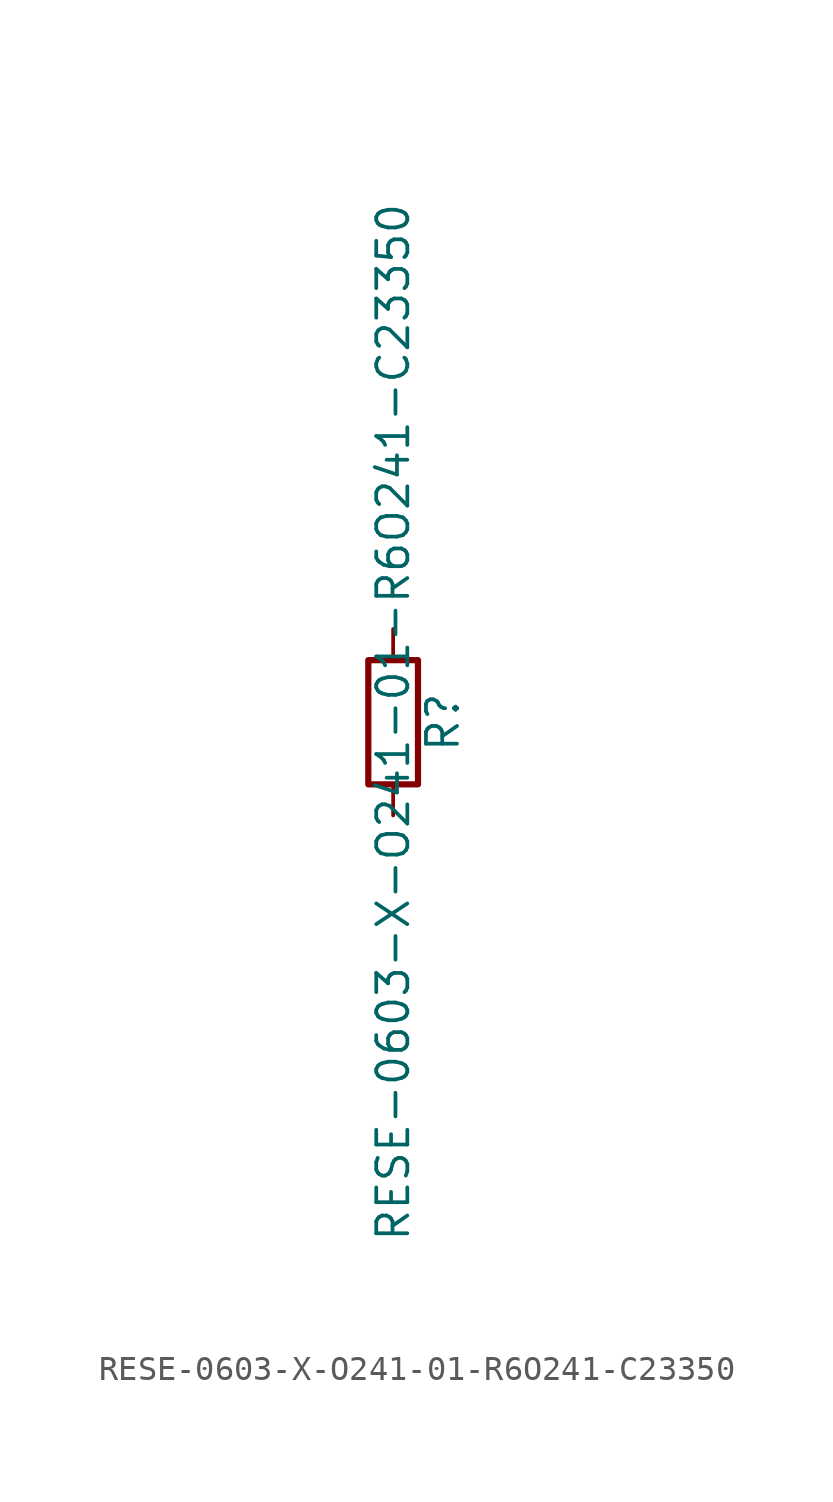
<source format=kicad_sym>
(kicad_symbol_lib
  (version 20211014)
  (generator kicad_symbol_editor)
  (symbol "RESE-0603-X-O241-01-R6O241-C23350"
    (pin_numbers hide)
    (pin_names
      (offset 0))
    (property "Reference" "R"
      (at 2.032 0 90)
      (effects (font (size 1.27 1.27))))
    (property "Value" "RESE-0603-X-O241-01-R6O241-C23350"
      (at 0 0 90)
      (effects (font (size 1.27 1.27))))
    (symbol "RESE-0603-X-O241-01-R6O241-C23350_0_1"
      (rectangle (start -1.016 -2.54) (end 1.016 2.54) (stroke (width 0.254) (type default) (color 0 0 0 0)) (fill (type none))))
    (symbol "RESE-0603-X-O241-01-R6O241-C23350_1_1"
      (pin passive line (at 0 3.81 270) (length 1.27) (name "~" (effects (font (size 1.27 1.27)))) (number "1" (effects (font (size 1.27 1.27)))))
      (pin passive line (at 0 -3.81 90) (length 1.27) (name "~" (effects (font (size 1.27 1.27)))) (number "2" (effects (font (size 1.27 1.27))))))))
</source>
